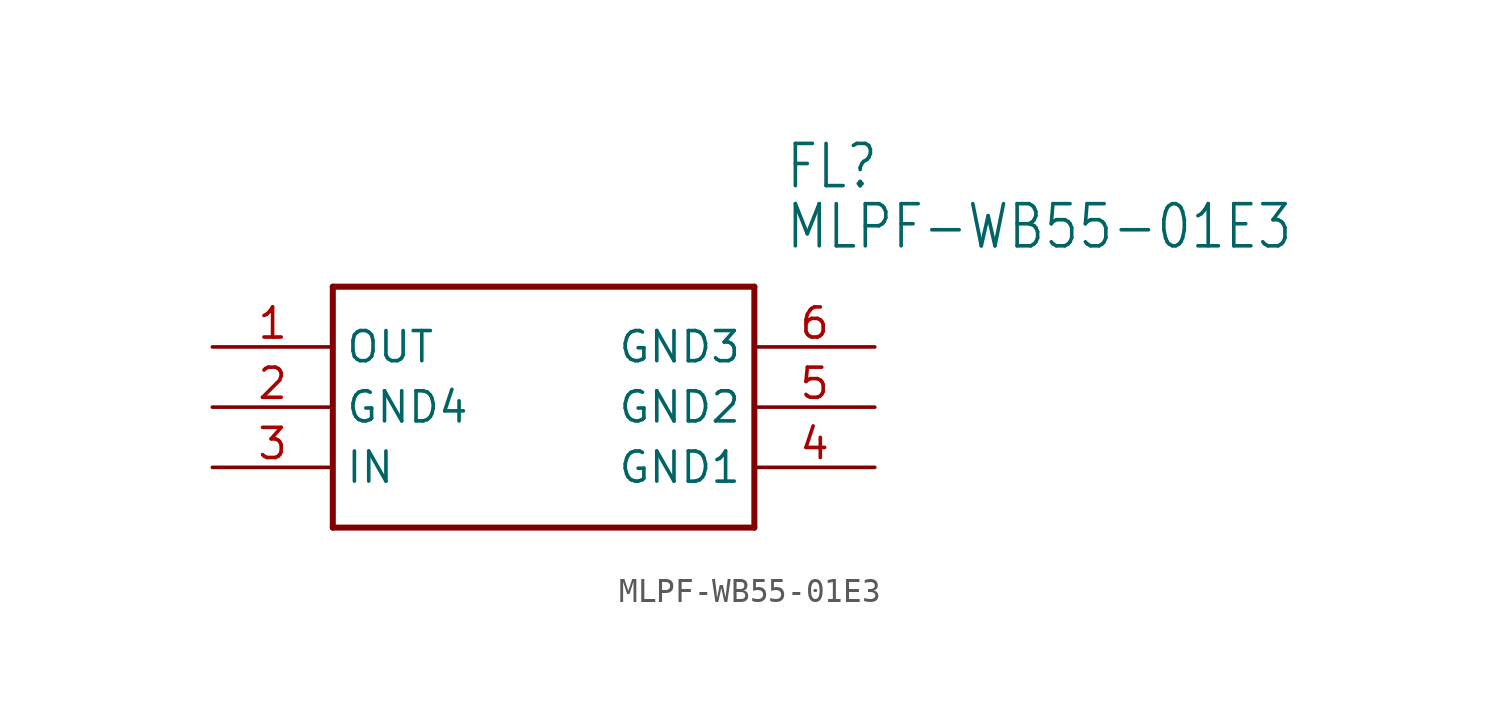
<source format=kicad_sym>
(kicad_symbol_lib
  (version 20211014)
  (generator kicad_symbol_editor)
  (symbol "MLPF-WB55-01E3"
    (property "Reference" "FL"
      (at 24.13 7.62 0)
      (effects (font (size 1.778 1.511)) (justify left)))
    (property "Value" "MLPF-WB55-01E3"
      (at 24.13 5.08 0)
      (effects (font (size 1.778 1.511)) (justify left)))
    (property "ki_locked" ""
      (at 0 0 0)
      (effects (font (size 1.27 1.27))))
    (symbol "MLPF-WB55-01E3_1_0"
      (polyline (pts (xy 5.08 2.54) (xy 5.08 -7.62)) (stroke (width 0.254) (type default) (color 0 0 0 0)) (fill (type none)))
      (polyline (pts (xy 5.08 2.54) (xy 22.86 2.54)) (stroke (width 0.254) (type default) (color 0 0 0 0)) (fill (type none)))
      (polyline (pts (xy 22.86 -7.62) (xy 5.08 -7.62)) (stroke (width 0.254) (type default) (color 0 0 0 0)) (fill (type none)))
      (polyline (pts (xy 22.86 -7.62) (xy 22.86 2.54)) (stroke (width 0.254) (type default) (color 0 0 0 0)) (fill (type none)))
      (pin bidirectional line (at 0 0 0) (length 5.08) (name "OUT" (effects (font (size 1.27 1.27)))) (number "1" (effects (font (size 1.27 1.27)))))
      (pin power_in line (at 0 -2.54 0) (length 5.08) (name "GND4" (effects (font (size 1.27 1.27)))) (number "2" (effects (font (size 1.27 1.27)))))
      (pin bidirectional line (at 0 -5.08 0) (length 5.08) (name "IN" (effects (font (size 1.27 1.27)))) (number "3" (effects (font (size 1.27 1.27)))))
      (pin power_in line (at 27.94 -5.08 180) (length 5.08) (name "GND1" (effects (font (size 1.27 1.27)))) (number "4" (effects (font (size 1.27 1.27)))))
      (pin power_in line (at 27.94 -2.54 180) (length 5.08) (name "GND2" (effects (font (size 1.27 1.27)))) (number "5" (effects (font (size 1.27 1.27)))))
      (pin power_in line (at 27.94 0 180) (length 5.08) (name "GND3" (effects (font (size 1.27 1.27)))) (number "6" (effects (font (size 1.27 1.27))))))))
</source>
